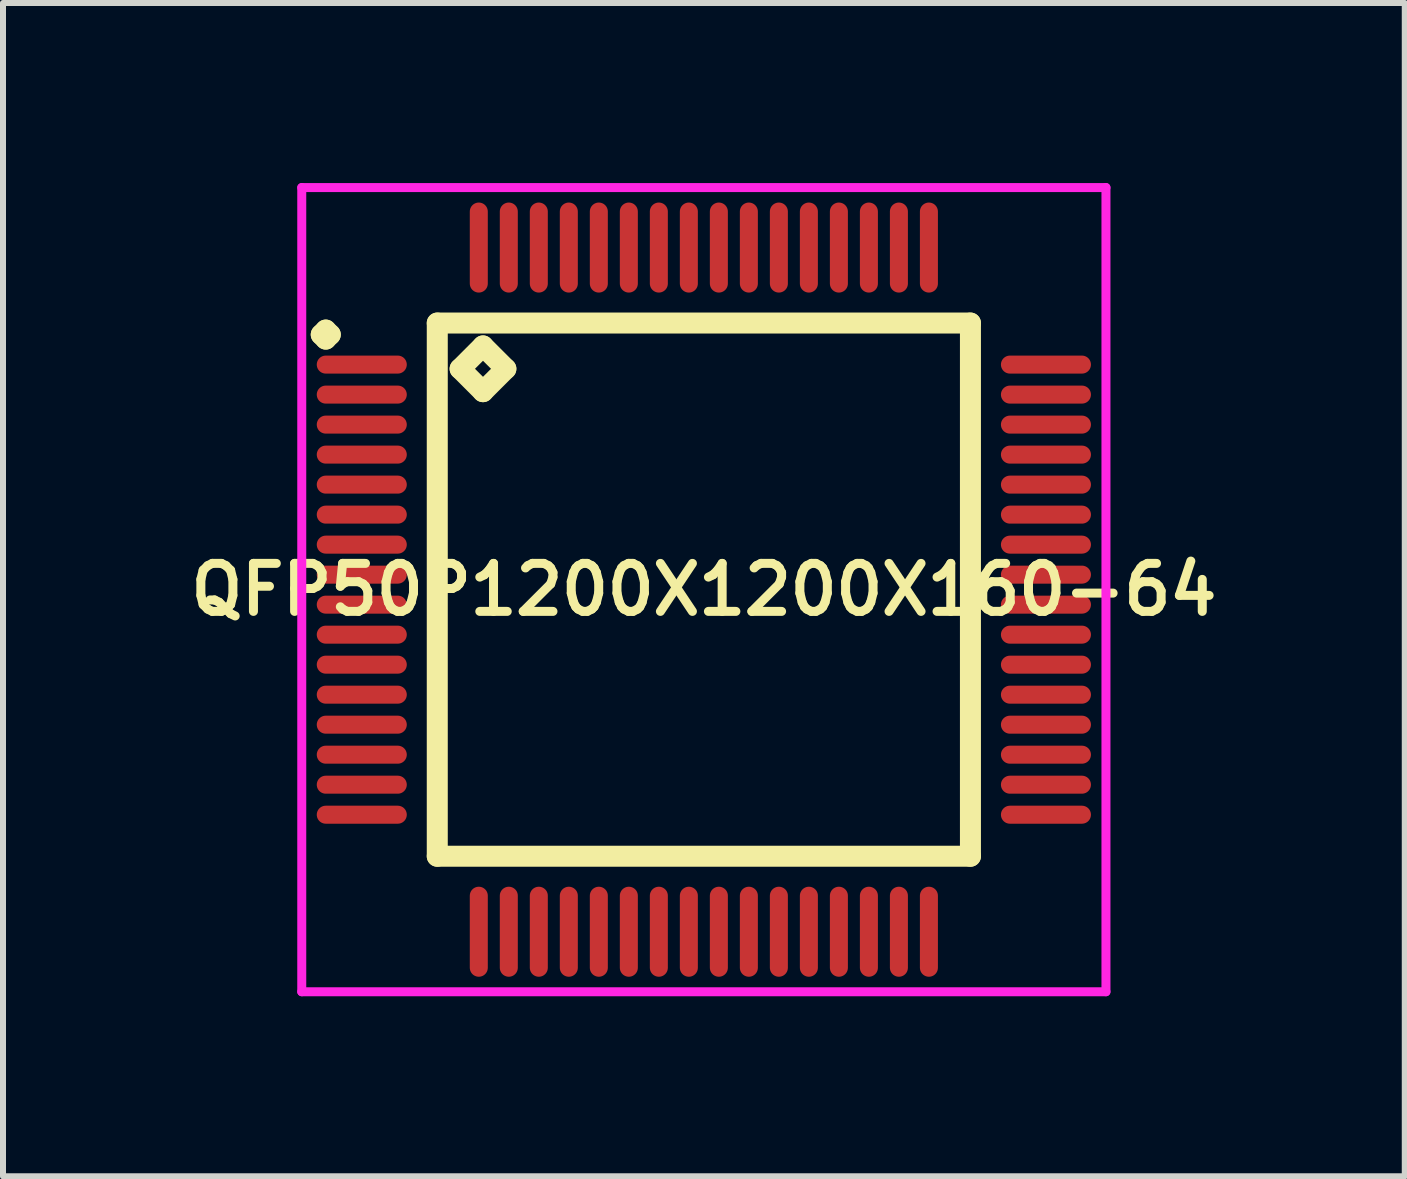
<source format=kicad_pcb>
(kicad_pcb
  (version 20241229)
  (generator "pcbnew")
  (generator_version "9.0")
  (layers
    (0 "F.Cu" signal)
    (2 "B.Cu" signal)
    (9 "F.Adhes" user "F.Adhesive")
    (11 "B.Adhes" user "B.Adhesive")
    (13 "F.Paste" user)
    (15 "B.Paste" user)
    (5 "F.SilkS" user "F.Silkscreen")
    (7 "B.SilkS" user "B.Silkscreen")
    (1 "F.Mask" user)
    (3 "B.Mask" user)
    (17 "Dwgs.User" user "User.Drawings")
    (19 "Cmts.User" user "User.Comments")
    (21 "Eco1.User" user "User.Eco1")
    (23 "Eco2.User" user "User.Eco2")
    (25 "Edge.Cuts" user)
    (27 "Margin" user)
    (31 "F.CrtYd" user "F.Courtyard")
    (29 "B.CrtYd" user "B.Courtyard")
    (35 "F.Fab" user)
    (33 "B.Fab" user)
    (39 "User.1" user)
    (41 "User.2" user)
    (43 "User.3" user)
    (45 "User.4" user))
  (footprint "QFP50P1200X1200X160-64"
    (layer "F.Cu")
    (at 8.678 6.775)
    (property "Reference" "QFP50P1200X1200X160-64" (at 0 0 0) (layer "F.SilkS") (effects (font (size 0.8 0.8) (thickness 0.15))))
    (attr through_hole)
    (fp_line (start -6.375 -4.25) (end -6.3 -4.325) (stroke (width 0.35) (type solid)) (layer "F.SilkS"))
    (fp_line (start -6.3 -4.325) (end -6.225 -4.25) (stroke (width 0.35) (type solid)) (layer "F.SilkS"))
    (fp_line (start -6.3 -4.175) (end -6.375 -4.25) (stroke (width 0.35) (type solid)) (layer "F.SilkS"))
    (fp_line (start -6.225 -4.25) (end -6.3 -4.175) (stroke (width 0.35) (type solid)) (layer "F.SilkS"))
    (fp_line (start -4.442 -4.442) (end -4.442 4.442) (stroke (width 0.35) (type solid)) (layer "F.SilkS"))
    (fp_line (start -4.442 4.442) (end 4.442 4.442) (stroke (width 0.35) (type solid)) (layer "F.SilkS"))
    (fp_line (start -4.061 -3.68) (end -3.68 -4.061) (stroke (width 0.35) (type solid)) (layer "F.SilkS"))
    (fp_line (start -3.68 -4.061) (end -3.299 -3.68) (stroke (width 0.35) (type solid)) (layer "F.SilkS"))
    (fp_line (start -3.68 -3.299) (end -4.061 -3.68) (stroke (width 0.35) (type solid)) (layer "F.SilkS"))
    (fp_line (start -3.299 -3.68) (end -3.68 -3.299) (stroke (width 0.35) (type solid)) (layer "F.SilkS"))
    (fp_line (start 4.442 -4.442) (end -4.442 -4.442) (stroke (width 0.35) (type solid)) (layer "F.SilkS"))
    (fp_line (start 4.442 4.442) (end 4.442 -4.442) (stroke (width 0.35) (type solid)) (layer "F.SilkS"))
    (fp_line (start -6.7 -6.7) (end 6.7 -6.7) (stroke (width 0.15) (type solid)) (layer "F.CrtYd"))
    (fp_line (start -6.7 6.7) (end -6.7 -6.7) (stroke (width 0.15) (type solid)) (layer "F.CrtYd"))
    (fp_line (start 6.7 -6.7) (end 6.7 6.7) (stroke (width 0.15) (type solid)) (layer "F.CrtYd"))
    (fp_line (start 6.7 6.7) (end -6.7 6.7) (stroke (width 0.15) (type solid)) (layer "F.CrtYd"))
    (pad "1" smd oval (at -5.7 -3.75) (size 1.5 0.3) (layers "F.Cu" "F.Mask" "F.Paste"))
    (pad "2" smd oval (at -5.7 -3.25) (size 1.5 0.3) (layers "F.Cu" "F.Mask" "F.Paste"))
    (pad "3" smd oval (at -5.7 -2.75) (size 1.5 0.3) (layers "F.Cu" "F.Mask" "F.Paste"))
    (pad "4" smd oval (at -5.7 -2.25) (size 1.5 0.3) (layers "F.Cu" "F.Mask" "F.Paste"))
    (pad "5" smd oval (at -5.7 -1.75) (size 1.5 0.3) (layers "F.Cu" "F.Mask" "F.Paste"))
    (pad "6" smd oval (at -5.7 -1.25) (size 1.5 0.3) (layers "F.Cu" "F.Mask" "F.Paste"))
    (pad "7" smd oval (at -5.7 -0.75) (size 1.5 0.3) (layers "F.Cu" "F.Mask" "F.Paste"))
    (pad "8" smd oval (at -5.7 -0.25) (size 1.5 0.3) (layers "F.Cu" "F.Mask" "F.Paste"))
    (pad "9" smd oval (at -5.7 0.25) (size 1.5 0.3) (layers "F.Cu" "F.Mask" "F.Paste"))
    (pad "10" smd oval (at -5.7 0.75) (size 1.5 0.3) (layers "F.Cu" "F.Mask" "F.Paste"))
    (pad "11" smd oval (at -5.7 1.25) (size 1.5 0.3) (layers "F.Cu" "F.Mask" "F.Paste"))
    (pad "12" smd oval (at -5.7 1.75) (size 1.5 0.3) (layers "F.Cu" "F.Mask" "F.Paste"))
    (pad "13" smd oval (at -5.7 2.25) (size 1.5 0.3) (layers "F.Cu" "F.Mask" "F.Paste"))
    (pad "14" smd oval (at -5.7 2.75) (size 1.5 0.3) (layers "F.Cu" "F.Mask" "F.Paste"))
    (pad "15" smd oval (at -5.7 3.25) (size 1.5 0.3) (layers "F.Cu" "F.Mask" "F.Paste"))
    (pad "16" smd oval (at -5.7 3.75) (size 1.5 0.3) (layers "F.Cu" "F.Mask" "F.Paste"))
    (pad "17" smd oval (at -3.75 5.7) (size 0.3 1.5) (layers "F.Cu" "F.Mask" "F.Paste"))
    (pad "18" smd oval (at -3.25 5.7) (size 0.3 1.5) (layers "F.Cu" "F.Mask" "F.Paste"))
    (pad "19" smd oval (at -2.75 5.7) (size 0.3 1.5) (layers "F.Cu" "F.Mask" "F.Paste"))
    (pad "20" smd oval (at -2.25 5.7) (size 0.3 1.5) (layers "F.Cu" "F.Mask" "F.Paste"))
    (pad "21" smd oval (at -1.75 5.7) (size 0.3 1.5) (layers "F.Cu" "F.Mask" "F.Paste"))
    (pad "22" smd oval (at -1.25 5.7) (size 0.3 1.5) (layers "F.Cu" "F.Mask" "F.Paste"))
    (pad "23" smd oval (at -0.75 5.7) (size 0.3 1.5) (layers "F.Cu" "F.Mask" "F.Paste"))
    (pad "24" smd oval (at -0.25 5.7) (size 0.3 1.5) (layers "F.Cu" "F.Mask" "F.Paste"))
    (pad "25" smd oval (at 0.25 5.7) (size 0.3 1.5) (layers "F.Cu" "F.Mask" "F.Paste"))
    (pad "26" smd oval (at 0.75 5.7) (size 0.3 1.5) (layers "F.Cu" "F.Mask" "F.Paste"))
    (pad "27" smd oval (at 1.25 5.7) (size 0.3 1.5) (layers "F.Cu" "F.Mask" "F.Paste"))
    (pad "28" smd oval (at 1.75 5.7) (size 0.3 1.5) (layers "F.Cu" "F.Mask" "F.Paste"))
    (pad "29" smd oval (at 2.25 5.7) (size 0.3 1.5) (layers "F.Cu" "F.Mask" "F.Paste"))
    (pad "30" smd oval (at 2.75 5.7) (size 0.3 1.5) (layers "F.Cu" "F.Mask" "F.Paste"))
    (pad "31" smd oval (at 3.25 5.7) (size 0.3 1.5) (layers "F.Cu" "F.Mask" "F.Paste"))
    (pad "32" smd oval (at 3.75 5.7) (size 0.3 1.5) (layers "F.Cu" "F.Mask" "F.Paste"))
    (pad "33" smd oval (at 5.7 3.75) (size 1.5 0.3) (layers "F.Cu" "F.Mask" "F.Paste"))
    (pad "34" smd oval (at 5.7 3.25) (size 1.5 0.3) (layers "F.Cu" "F.Mask" "F.Paste"))
    (pad "35" smd oval (at 5.7 2.75) (size 1.5 0.3) (layers "F.Cu" "F.Mask" "F.Paste"))
    (pad "36" smd oval (at 5.7 2.25) (size 1.5 0.3) (layers "F.Cu" "F.Mask" "F.Paste"))
    (pad "37" smd oval (at 5.7 1.75) (size 1.5 0.3) (layers "F.Cu" "F.Mask" "F.Paste"))
    (pad "38" smd oval (at 5.7 1.25) (size 1.5 0.3) (layers "F.Cu" "F.Mask" "F.Paste"))
    (pad "39" smd oval (at 5.7 0.75) (size 1.5 0.3) (layers "F.Cu" "F.Mask" "F.Paste"))
    (pad "40" smd oval (at 5.7 0.25) (size 1.5 0.3) (layers "F.Cu" "F.Mask" "F.Paste"))
    (pad "41" smd oval (at 5.7 -0.25) (size 1.5 0.3) (layers "F.Cu" "F.Mask" "F.Paste"))
    (pad "42" smd oval (at 5.7 -0.75) (size 1.5 0.3) (layers "F.Cu" "F.Mask" "F.Paste"))
    (pad "43" smd oval (at 5.7 -1.25) (size 1.5 0.3) (layers "F.Cu" "F.Mask" "F.Paste"))
    (pad "44" smd oval (at 5.7 -1.75) (size 1.5 0.3) (layers "F.Cu" "F.Mask" "F.Paste"))
    (pad "45" smd oval (at 5.7 -2.25) (size 1.5 0.3) (layers "F.Cu" "F.Mask" "F.Paste"))
    (pad "46" smd oval (at 5.7 -2.75) (size 1.5 0.3) (layers "F.Cu" "F.Mask" "F.Paste"))
    (pad "47" smd oval (at 5.7 -3.25) (size 1.5 0.3) (layers "F.Cu" "F.Mask" "F.Paste"))
    (pad "48" smd oval (at 5.7 -3.75) (size 1.5 0.3) (layers "F.Cu" "F.Mask" "F.Paste"))
    (pad "49" smd oval (at 3.75 -5.7) (size 0.3 1.5) (layers "F.Cu" "F.Mask" "F.Paste"))
    (pad "50" smd oval (at 3.25 -5.7) (size 0.3 1.5) (layers "F.Cu" "F.Mask" "F.Paste"))
    (pad "51" smd oval (at 2.75 -5.7) (size 0.3 1.5) (layers "F.Cu" "F.Mask" "F.Paste"))
    (pad "52" smd oval (at 2.25 -5.7) (size 0.3 1.5) (layers "F.Cu" "F.Mask" "F.Paste"))
    (pad "53" smd oval (at 1.75 -5.7) (size 0.3 1.5) (layers "F.Cu" "F.Mask" "F.Paste"))
    (pad "54" smd oval (at 1.25 -5.7) (size 0.3 1.5) (layers "F.Cu" "F.Mask" "F.Paste"))
    (pad "55" smd oval (at 0.75 -5.7) (size 0.3 1.5) (layers "F.Cu" "F.Mask" "F.Paste"))
    (pad "56" smd oval (at 0.25 -5.7) (size 0.3 1.5) (layers "F.Cu" "F.Mask" "F.Paste"))
    (pad "57" smd oval (at -0.25 -5.7) (size 0.3 1.5) (layers "F.Cu" "F.Mask" "F.Paste"))
    (pad "58" smd oval (at -0.75 -5.7) (size 0.3 1.5) (layers "F.Cu" "F.Mask" "F.Paste"))
    (pad "59" smd oval (at -1.25 -5.7) (size 0.3 1.5) (layers "F.Cu" "F.Mask" "F.Paste"))
    (pad "60" smd oval (at -1.75 -5.7) (size 0.3 1.5) (layers "F.Cu" "F.Mask" "F.Paste"))
    (pad "61" smd oval (at -2.25 -5.7) (size 0.3 1.5) (layers "F.Cu" "F.Mask" "F.Paste"))
    (pad "62" smd oval (at -2.75 -5.7) (size 0.3 1.5) (layers "F.Cu" "F.Mask" "F.Paste"))
    (pad "63" smd oval (at -3.25 -5.7) (size 0.3 1.5) (layers "F.Cu" "F.Mask" "F.Paste"))
    (pad "64" smd oval (at -3.75 -5.7) (size 0.3 1.5) (layers "F.Cu" "F.Mask" "F.Paste")))
  (gr_rect
    (start -3 -3)
    (end 20.357 16.55)
    (stroke (width 0.1) (type default))
    (fill no)
    (layer "Edge.Cuts")))
</source>
